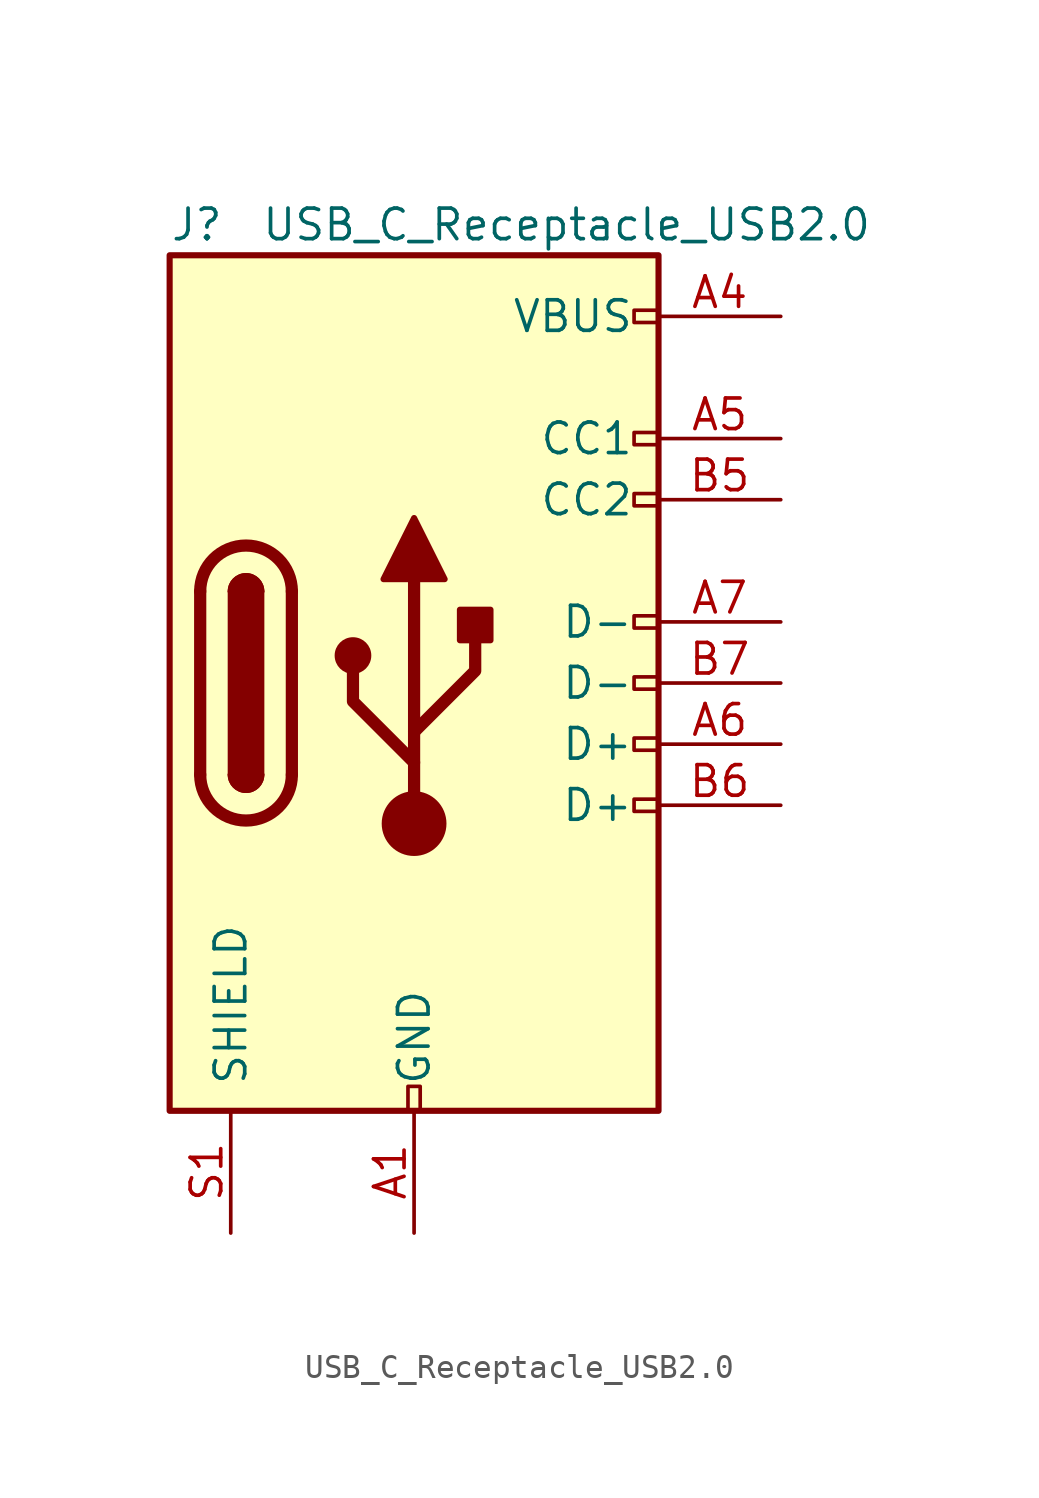
<source format=kicad_sym>
(kicad_symbol_lib
  (version 20220914)
  (generator kicad_symbol_editor)
  (symbol "USB_C_Receptacle_USB2.0"
    (pin_names
      (offset 1.016))
    (property "Reference" "J"
      (at -10.16 19.05 0)
      (effects (font (size 1.27 1.27)) (justify left)))
    (property "Value" "USB_C_Receptacle_USB2.0"
      (at 19.05 19.05 0)
      (effects (font (size 1.27 1.27)) (justify right)))
    (symbol "USB_C_Receptacle_USB2.0_0_0"
      (rectangle (start -0.254 -17.78) (end 0.254 -16.764) (stroke (width 0) (type default)) (fill (type none)))
      (rectangle (start 10.16 -4.826) (end 9.144 -5.334) (stroke (width 0) (type default)) (fill (type none)))
      (rectangle (start 10.16 -2.286) (end 9.144 -2.794) (stroke (width 0) (type default)) (fill (type none)))
      (rectangle (start 10.16 0.254) (end 9.144 -0.254) (stroke (width 0) (type default)) (fill (type none)))
      (rectangle (start 10.16 2.794) (end 9.144 2.286) (stroke (width 0) (type default)) (fill (type none)))
      (rectangle (start 10.16 7.874) (end 9.144 7.366) (stroke (width 0) (type default)) (fill (type none)))
      (rectangle (start 10.16 10.414) (end 9.144 9.906) (stroke (width 0) (type default)) (fill (type none)))
      (rectangle (start 10.16 15.494) (end 9.144 14.986) (stroke (width 0) (type default)) (fill (type none))))
    (symbol "USB_C_Receptacle_USB2.0_0_1"
      (rectangle (start -10.16 17.78) (end 10.16 -17.78) (stroke (width 0.254) (type default)) (fill (type background)))
      (arc (start -8.89 -3.81) (mid -6.985 -5.7067) (end -5.08 -3.81) (stroke (width 0.508) (type default)) (fill (type none)))
      (arc (start -7.62 -3.81) (mid -6.985 -4.4423) (end -6.35 -3.81) (stroke (width 0.254) (type default)) (fill (type none)))
      (arc (start -7.62 -3.81) (mid -6.985 -4.4423) (end -6.35 -3.81) (stroke (width 0.254) (type default)) (fill (type outline)))
      (rectangle (start -7.62 -3.81) (end -6.35 3.81) (stroke (width 0.254) (type default)) (fill (type outline)))
      (arc (start -6.35 3.81) (mid -6.985 4.4423) (end -7.62 3.81) (stroke (width 0.254) (type default)) (fill (type none)))
      (arc (start -6.35 3.81) (mid -6.985 4.4423) (end -7.62 3.81) (stroke (width 0.254) (type default)) (fill (type outline)))
      (arc (start -5.08 3.81) (mid -6.985 5.7067) (end -8.89 3.81) (stroke (width 0.508) (type default)) (fill (type none)))
      (circle (center -2.54 1.143) (radius 0.635) (stroke (width 0.254) (type default)) (fill (type outline)))
      (circle (center 0 -5.842) (radius 1.27) (stroke (width 0) (type default)) (fill (type outline)))
      (polyline (pts (xy -8.89 -3.81) (xy -8.89 3.81)) (stroke (width 0.508) (type default)) (fill (type none)))
      (polyline (pts (xy -5.08 3.81) (xy -5.08 -3.81)) (stroke (width 0.508) (type default)) (fill (type none)))
      (polyline (pts (xy 0 -5.842) (xy 0 4.318)) (stroke (width 0.508) (type default)) (fill (type none)))
      (polyline (pts (xy 0 -3.302) (xy -2.54 -0.762) (xy -2.54 0.508)) (stroke (width 0.508) (type default)) (fill (type none)))
      (polyline (pts (xy 0 -2.032) (xy 2.54 0.508) (xy 2.54 1.778)) (stroke (width 0.508) (type default)) (fill (type none)))
      (polyline (pts (xy -1.27 4.318) (xy 0 6.858) (xy 1.27 4.318) (xy -1.27 4.318)) (stroke (width 0.254) (type default)) (fill (type outline)))
      (rectangle (start 1.905 1.778) (end 3.175 3.048) (stroke (width 0.254) (type default)) (fill (type outline))))
    (symbol "USB_C_Receptacle_USB2.0_1_1"
      (pin passive line (at 0 -22.86 90) (length 5.08) (name "GND" (effects (font (size 1.27 1.27)))) (number "A1" (effects (font (size 1.27 1.27)))))
      (pin passive line (at 0 -22.86 90) (length 5.08) hide (name "GND" (effects (font (size 1.27 1.27)))) (number "A12" (effects (font (size 1.27 1.27)))))
      (pin passive line (at 15.24 15.24 180) (length 5.08) (name "VBUS" (effects (font (size 1.27 1.27)))) (number "A4" (effects (font (size 1.27 1.27)))))
      (pin bidirectional line (at 15.24 10.16 180) (length 5.08) (name "CC1" (effects (font (size 1.27 1.27)))) (number "A5" (effects (font (size 1.27 1.27)))))
      (pin bidirectional line (at 15.24 -2.54 180) (length 5.08) (name "D+" (effects (font (size 1.27 1.27)))) (number "A6" (effects (font (size 1.27 1.27)))))
      (pin bidirectional line (at 15.24 2.54 180) (length 5.08) (name "D-" (effects (font (size 1.27 1.27)))) (number "A7" (effects (font (size 1.27 1.27)))))
      (pin passive line (at 15.24 15.24 180) (length 5.08) hide (name "VBUS" (effects (font (size 1.27 1.27)))) (number "A9" (effects (font (size 1.27 1.27)))))
      (pin passive line (at 0 -22.86 90) (length 5.08) hide (name "GND" (effects (font (size 1.27 1.27)))) (number "B1" (effects (font (size 1.27 1.27)))))
      (pin passive line (at 0 -22.86 90) (length 5.08) hide (name "GND" (effects (font (size 1.27 1.27)))) (number "B12" (effects (font (size 1.27 1.27)))))
      (pin passive line (at 15.24 15.24 180) (length 5.08) hide (name "VBUS" (effects (font (size 1.27 1.27)))) (number "B4" (effects (font (size 1.27 1.27)))))
      (pin bidirectional line (at 15.24 7.62 180) (length 5.08) (name "CC2" (effects (font (size 1.27 1.27)))) (number "B5" (effects (font (size 1.27 1.27)))))
      (pin bidirectional line (at 15.24 -5.08 180) (length 5.08) (name "D+" (effects (font (size 1.27 1.27)))) (number "B6" (effects (font (size 1.27 1.27)))))
      (pin bidirectional line (at 15.24 0 180) (length 5.08) (name "D-" (effects (font (size 1.27 1.27)))) (number "B7" (effects (font (size 1.27 1.27)))))
      (pin passive line (at 15.24 15.24 180) (length 5.08) hide (name "VBUS" (effects (font (size 1.27 1.27)))) (number "B9" (effects (font (size 1.27 1.27)))))
      (pin passive line (at -7.62 -22.86 90) (length 5.08) (name "SHIELD" (effects (font (size 1.27 1.27)))) (number "S1" (effects (font (size 1.27 1.27))))))))
</source>
